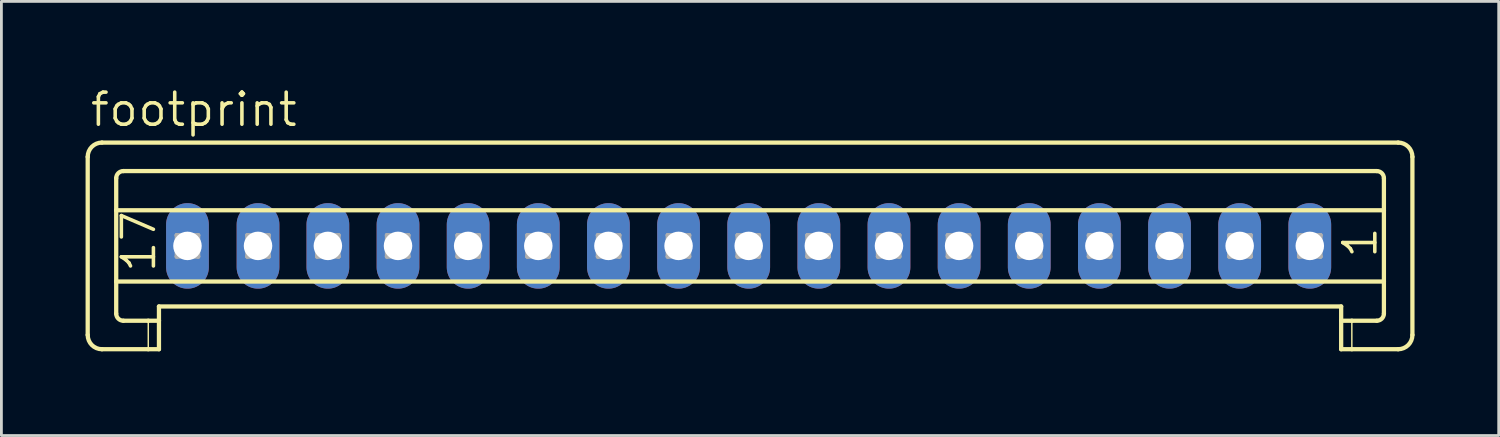
<source format=kicad_pcb>
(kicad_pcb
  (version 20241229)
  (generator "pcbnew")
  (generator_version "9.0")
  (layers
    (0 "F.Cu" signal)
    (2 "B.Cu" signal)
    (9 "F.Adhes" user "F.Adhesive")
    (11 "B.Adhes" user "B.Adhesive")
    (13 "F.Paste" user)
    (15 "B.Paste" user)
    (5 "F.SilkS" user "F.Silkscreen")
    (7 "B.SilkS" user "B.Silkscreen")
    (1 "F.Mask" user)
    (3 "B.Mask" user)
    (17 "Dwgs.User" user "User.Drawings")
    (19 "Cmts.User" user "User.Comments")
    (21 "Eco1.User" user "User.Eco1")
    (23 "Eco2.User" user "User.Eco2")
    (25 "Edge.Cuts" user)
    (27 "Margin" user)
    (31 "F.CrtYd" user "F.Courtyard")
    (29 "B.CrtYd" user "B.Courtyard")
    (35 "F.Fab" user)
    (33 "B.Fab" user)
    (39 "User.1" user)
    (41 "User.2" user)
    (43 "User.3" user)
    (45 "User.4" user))
  (footprint "footprint"
    (layer "F.Cu")
    (at 23.637 5.715)
    (property "Reference" "footprint" (at -23.536 -4.191 0) (layer "F.SilkS") (effects (font (size 1.143 1.143) (thickness 0.127)) (justify left bottom)))
    (fp_line (start -23.561 -3.175) (end -23.561 3.175) (stroke (width 0.152) (type solid)) (layer "F.SilkS"))
    (fp_line (start -23.053 -3.683) (end 23.15 -3.683) (stroke (width 0.152) (type solid)) (layer "F.SilkS"))
    (fp_line (start -22.545 -1.27) (end -22.545 -2.413) (stroke (width 0.152) (type solid)) (layer "F.SilkS"))
    (fp_line (start -22.545 -1.27) (end 22.642 -1.27) (stroke (width 0.152) (type solid)) (layer "F.SilkS"))
    (fp_line (start -22.545 1.27) (end -22.545 -1.27) (stroke (width 0.152) (type solid)) (layer "F.SilkS"))
    (fp_line (start -22.545 1.27) (end 22.642 1.27) (stroke (width 0.152) (type solid)) (layer "F.SilkS"))
    (fp_line (start -22.545 2.413) (end -22.545 1.27) (stroke (width 0.152) (type solid)) (layer "F.SilkS"))
    (fp_line (start -22.291 -2.667) (end 22.388 -2.667) (stroke (width 0.152) (type solid)) (layer "F.SilkS"))
    (fp_line (start -22.291 2.667) (end -21.402 2.667) (stroke (width 0.152) (type solid)) (layer "F.SilkS"))
    (fp_line (start -21.402 2.667) (end -21.402 3.683) (stroke (width 0.051) (type solid)) (layer "F.SilkS"))
    (fp_line (start -21.402 2.667) (end -21.021 2.667) (stroke (width 0.152) (type solid)) (layer "F.SilkS"))
    (fp_line (start -21.402 3.683) (end -23.053 3.683) (stroke (width 0.152) (type solid)) (layer "F.SilkS"))
    (fp_line (start -21.021 2.159) (end 21.118 2.159) (stroke (width 0.152) (type solid)) (layer "F.SilkS"))
    (fp_line (start -21.021 2.667) (end -21.021 2.159) (stroke (width 0.152) (type solid)) (layer "F.SilkS"))
    (fp_line (start -21.021 2.667) (end -21.021 3.683) (stroke (width 0.152) (type solid)) (layer "F.SilkS"))
    (fp_line (start -21.021 3.683) (end -21.402 3.683) (stroke (width 0.152) (type solid)) (layer "F.SilkS"))
    (fp_line (start 21.118 2.667) (end 21.118 2.159) (stroke (width 0.152) (type solid)) (layer "F.SilkS"))
    (fp_line (start 21.118 2.667) (end 21.499 2.667) (stroke (width 0.152) (type solid)) (layer "F.SilkS"))
    (fp_line (start 21.118 3.683) (end 21.118 2.667) (stroke (width 0.152) (type solid)) (layer "F.SilkS"))
    (fp_line (start 21.499 2.667) (end 21.499 3.683) (stroke (width 0.051) (type solid)) (layer "F.SilkS"))
    (fp_line (start 21.499 2.667) (end 22.388 2.667) (stroke (width 0.152) (type solid)) (layer "F.SilkS"))
    (fp_line (start 21.499 3.683) (end 21.118 3.683) (stroke (width 0.152) (type solid)) (layer "F.SilkS"))
    (fp_line (start 22.642 -1.27) (end 22.642 -2.413) (stroke (width 0.152) (type solid)) (layer "F.SilkS"))
    (fp_line (start 22.642 1.27) (end 22.642 -1.27) (stroke (width 0.152) (type solid)) (layer "F.SilkS"))
    (fp_line (start 22.642 2.413) (end 22.642 1.27) (stroke (width 0.152) (type solid)) (layer "F.SilkS"))
    (fp_line (start 23.15 3.683) (end 21.499 3.683) (stroke (width 0.152) (type solid)) (layer "F.SilkS"))
    (fp_line (start 23.658 -3.175) (end 23.658 3.175) (stroke (width 0.152) (type solid)) (layer "F.SilkS"))
    (fp_arc (start -23.561 -3.175) (mid -23.41221 -3.53421) (end -23.053 -3.683) (stroke (width 0.1524) (type solid)) (layer "F.SilkS"))
    (fp_arc (start -23.053 3.683) (mid -23.41221 3.53421) (end -23.561 3.175) (stroke (width 0.1524) (type solid)) (layer "F.SilkS"))
    (fp_arc (start -22.545 -2.413) (mid -22.470605 -2.592605) (end -22.291 -2.667) (stroke (width 0.1524) (type solid)) (layer "F.SilkS"))
    (fp_arc (start -22.291 2.667) (mid -22.470605 2.592605) (end -22.545 2.413) (stroke (width 0.1524) (type solid)) (layer "F.SilkS"))
    (fp_arc (start 22.388 -2.667) (mid 22.567605 -2.592605) (end 22.642 -2.413) (stroke (width 0.1524) (type solid)) (layer "F.SilkS"))
    (fp_arc (start 22.642 2.413) (mid 22.567605 2.592605) (end 22.388 2.667) (stroke (width 0.1524) (type solid)) (layer "F.SilkS"))
    (fp_arc (start 23.15 -3.683) (mid 23.50921 -3.53421) (end 23.658 -3.175) (stroke (width 0.1524) (type solid)) (layer "F.SilkS"))
    (fp_arc (start 23.658 3.175) (mid 23.50921 3.53421) (end 23.15 3.683) (stroke (width 0.1524) (type solid)) (layer "F.SilkS"))
    (fp_line (start -20.386 -0.381) (end -20.386 0.381) (stroke (width 0.152) (type solid)) (layer "F.Fab"))
    (fp_line (start -20.386 -0.381) (end -19.624 0.381) (stroke (width 0.152) (type solid)) (layer "F.Fab"))
    (fp_line (start -20.386 0.381) (end -19.624 0.381) (stroke (width 0.152) (type solid)) (layer "F.Fab"))
    (fp_line (start -19.624 -0.381) (end -20.386 -0.381) (stroke (width 0.152) (type solid)) (layer "F.Fab"))
    (fp_line (start -19.624 -0.381) (end -20.386 0.381) (stroke (width 0.152) (type solid)) (layer "F.Fab"))
    (fp_line (start -19.624 0.381) (end -19.624 -0.381) (stroke (width 0.152) (type solid)) (layer "F.Fab"))
    (fp_line (start -17.871 -0.381) (end -17.871 0.381) (stroke (width 0.152) (type solid)) (layer "F.Fab"))
    (fp_line (start -17.871 -0.381) (end -17.109 0.381) (stroke (width 0.152) (type solid)) (layer "F.Fab"))
    (fp_line (start -17.871 0.381) (end -17.109 0.381) (stroke (width 0.152) (type solid)) (layer "F.Fab"))
    (fp_line (start -17.109 -0.381) (end -17.871 -0.381) (stroke (width 0.152) (type solid)) (layer "F.Fab"))
    (fp_line (start -17.109 -0.381) (end -17.871 0.381) (stroke (width 0.152) (type solid)) (layer "F.Fab"))
    (fp_line (start -17.109 0.381) (end -17.109 -0.381) (stroke (width 0.152) (type solid)) (layer "F.Fab"))
    (fp_line (start -15.382 -0.381) (end -15.382 0.381) (stroke (width 0.152) (type solid)) (layer "F.Fab"))
    (fp_line (start -15.382 -0.381) (end -14.62 0.381) (stroke (width 0.152) (type solid)) (layer "F.Fab"))
    (fp_line (start -15.382 0.381) (end -14.62 0.381) (stroke (width 0.152) (type solid)) (layer "F.Fab"))
    (fp_line (start -14.62 -0.381) (end -15.382 -0.381) (stroke (width 0.152) (type solid)) (layer "F.Fab"))
    (fp_line (start -14.62 -0.381) (end -15.382 0.381) (stroke (width 0.152) (type solid)) (layer "F.Fab"))
    (fp_line (start -14.62 0.381) (end -14.62 -0.381) (stroke (width 0.152) (type solid)) (layer "F.Fab"))
    (fp_line (start -12.893 -0.381) (end -12.893 0.381) (stroke (width 0.152) (type solid)) (layer "F.Fab"))
    (fp_line (start -12.893 -0.381) (end -12.131 0.381) (stroke (width 0.152) (type solid)) (layer "F.Fab"))
    (fp_line (start -12.893 0.381) (end -12.131 0.381) (stroke (width 0.152) (type solid)) (layer "F.Fab"))
    (fp_line (start -12.131 -0.381) (end -12.893 -0.381) (stroke (width 0.152) (type solid)) (layer "F.Fab"))
    (fp_line (start -12.131 -0.381) (end -12.893 0.381) (stroke (width 0.152) (type solid)) (layer "F.Fab"))
    (fp_line (start -12.131 0.381) (end -12.131 -0.381) (stroke (width 0.152) (type solid)) (layer "F.Fab"))
    (fp_line (start -10.378 -0.381) (end -10.378 0.381) (stroke (width 0.152) (type solid)) (layer "F.Fab"))
    (fp_line (start -10.378 -0.381) (end -9.616 0.381) (stroke (width 0.152) (type solid)) (layer "F.Fab"))
    (fp_line (start -10.378 0.381) (end -9.616 0.381) (stroke (width 0.152) (type solid)) (layer "F.Fab"))
    (fp_line (start -9.616 -0.381) (end -10.378 -0.381) (stroke (width 0.152) (type solid)) (layer "F.Fab"))
    (fp_line (start -9.616 -0.381) (end -10.378 0.381) (stroke (width 0.152) (type solid)) (layer "F.Fab"))
    (fp_line (start -9.616 0.381) (end -9.616 -0.381) (stroke (width 0.152) (type solid)) (layer "F.Fab"))
    (fp_line (start -7.889 -0.381) (end -7.889 0.381) (stroke (width 0.152) (type solid)) (layer "F.Fab"))
    (fp_line (start -7.889 -0.381) (end -7.127 0.381) (stroke (width 0.152) (type solid)) (layer "F.Fab"))
    (fp_line (start -7.889 0.381) (end -7.127 0.381) (stroke (width 0.152) (type solid)) (layer "F.Fab"))
    (fp_line (start -7.127 -0.381) (end -7.889 -0.381) (stroke (width 0.152) (type solid)) (layer "F.Fab"))
    (fp_line (start -7.127 -0.381) (end -7.889 0.381) (stroke (width 0.152) (type solid)) (layer "F.Fab"))
    (fp_line (start -7.127 0.381) (end -7.127 -0.381) (stroke (width 0.152) (type solid)) (layer "F.Fab"))
    (fp_line (start -5.375 -0.381) (end -5.375 0.381) (stroke (width 0.152) (type solid)) (layer "F.Fab"))
    (fp_line (start -5.375 -0.381) (end -4.613 0.381) (stroke (width 0.152) (type solid)) (layer "F.Fab"))
    (fp_line (start -5.375 0.381) (end -4.613 0.381) (stroke (width 0.152) (type solid)) (layer "F.Fab"))
    (fp_line (start -4.613 -0.381) (end -5.375 -0.381) (stroke (width 0.152) (type solid)) (layer "F.Fab"))
    (fp_line (start -4.613 -0.381) (end -5.375 0.381) (stroke (width 0.152) (type solid)) (layer "F.Fab"))
    (fp_line (start -4.613 0.381) (end -4.613 -0.381) (stroke (width 0.152) (type solid)) (layer "F.Fab"))
    (fp_line (start -2.885 -0.381) (end -2.885 0.381) (stroke (width 0.152) (type solid)) (layer "F.Fab"))
    (fp_line (start -2.885 -0.381) (end -2.123 0.381) (stroke (width 0.152) (type solid)) (layer "F.Fab"))
    (fp_line (start -2.885 0.381) (end -2.123 0.381) (stroke (width 0.152) (type solid)) (layer "F.Fab"))
    (fp_line (start -2.123 -0.381) (end -2.885 -0.381) (stroke (width 0.152) (type solid)) (layer "F.Fab"))
    (fp_line (start -2.123 -0.381) (end -2.885 0.381) (stroke (width 0.152) (type solid)) (layer "F.Fab"))
    (fp_line (start -2.123 0.381) (end -2.123 -0.381) (stroke (width 0.152) (type solid)) (layer "F.Fab"))
    (fp_line (start -0.396 -0.381) (end -0.396 0.381) (stroke (width 0.152) (type solid)) (layer "F.Fab"))
    (fp_line (start -0.396 -0.381) (end 0.366 0.381) (stroke (width 0.152) (type solid)) (layer "F.Fab"))
    (fp_line (start -0.396 0.381) (end 0.366 0.381) (stroke (width 0.152) (type solid)) (layer "F.Fab"))
    (fp_line (start 0.366 -0.381) (end -0.396 -0.381) (stroke (width 0.152) (type solid)) (layer "F.Fab"))
    (fp_line (start 0.366 -0.381) (end -0.396 0.381) (stroke (width 0.152) (type solid)) (layer "F.Fab"))
    (fp_line (start 0.366 0.381) (end 0.366 -0.381) (stroke (width 0.152) (type solid)) (layer "F.Fab"))
    (fp_line (start 2.093 -0.381) (end 2.093 0.381) (stroke (width 0.152) (type solid)) (layer "F.Fab"))
    (fp_line (start 2.093 -0.381) (end 2.855 0.381) (stroke (width 0.152) (type solid)) (layer "F.Fab"))
    (fp_line (start 2.093 0.381) (end 2.855 0.381) (stroke (width 0.152) (type solid)) (layer "F.Fab"))
    (fp_line (start 2.855 -0.381) (end 2.093 -0.381) (stroke (width 0.152) (type solid)) (layer "F.Fab"))
    (fp_line (start 2.855 -0.381) (end 2.093 0.381) (stroke (width 0.152) (type solid)) (layer "F.Fab"))
    (fp_line (start 2.855 0.381) (end 2.855 -0.381) (stroke (width 0.152) (type solid)) (layer "F.Fab"))
    (fp_line (start 4.608 -0.381) (end 4.608 0.381) (stroke (width 0.152) (type solid)) (layer "F.Fab"))
    (fp_line (start 4.608 -0.381) (end 5.37 0.381) (stroke (width 0.152) (type solid)) (layer "F.Fab"))
    (fp_line (start 4.608 0.381) (end 5.37 0.381) (stroke (width 0.152) (type solid)) (layer "F.Fab"))
    (fp_line (start 5.37 -0.381) (end 4.608 -0.381) (stroke (width 0.152) (type solid)) (layer "F.Fab"))
    (fp_line (start 5.37 -0.381) (end 4.608 0.381) (stroke (width 0.152) (type solid)) (layer "F.Fab"))
    (fp_line (start 5.37 0.381) (end 5.37 -0.381) (stroke (width 0.152) (type solid)) (layer "F.Fab"))
    (fp_line (start 7.097 -0.381) (end 7.097 0.381) (stroke (width 0.152) (type solid)) (layer "F.Fab"))
    (fp_line (start 7.097 -0.381) (end 7.859 0.381) (stroke (width 0.152) (type solid)) (layer "F.Fab"))
    (fp_line (start 7.097 0.381) (end 7.859 0.381) (stroke (width 0.152) (type solid)) (layer "F.Fab"))
    (fp_line (start 7.859 -0.381) (end 7.097 -0.381) (stroke (width 0.152) (type solid)) (layer "F.Fab"))
    (fp_line (start 7.859 -0.381) (end 7.097 0.381) (stroke (width 0.152) (type solid)) (layer "F.Fab"))
    (fp_line (start 7.859 0.381) (end 7.859 -0.381) (stroke (width 0.152) (type solid)) (layer "F.Fab"))
    (fp_line (start 9.637 -0.381) (end 9.637 0.381) (stroke (width 0.152) (type solid)) (layer "F.Fab"))
    (fp_line (start 9.637 -0.381) (end 10.399 0.381) (stroke (width 0.152) (type solid)) (layer "F.Fab"))
    (fp_line (start 9.637 0.381) (end 10.399 0.381) (stroke (width 0.152) (type solid)) (layer "F.Fab"))
    (fp_line (start 10.399 -0.381) (end 9.637 -0.381) (stroke (width 0.152) (type solid)) (layer "F.Fab"))
    (fp_line (start 10.399 -0.381) (end 9.637 0.381) (stroke (width 0.152) (type solid)) (layer "F.Fab"))
    (fp_line (start 10.399 0.381) (end 10.399 -0.381) (stroke (width 0.152) (type solid)) (layer "F.Fab"))
    (fp_line (start 12.126 -0.381) (end 12.126 0.381) (stroke (width 0.152) (type solid)) (layer "F.Fab"))
    (fp_line (start 12.126 -0.381) (end 12.888 0.381) (stroke (width 0.152) (type solid)) (layer "F.Fab"))
    (fp_line (start 12.126 0.381) (end 12.888 0.381) (stroke (width 0.152) (type solid)) (layer "F.Fab"))
    (fp_line (start 12.888 -0.381) (end 12.126 -0.381) (stroke (width 0.152) (type solid)) (layer "F.Fab"))
    (fp_line (start 12.888 -0.381) (end 12.126 0.381) (stroke (width 0.152) (type solid)) (layer "F.Fab"))
    (fp_line (start 12.888 0.381) (end 12.888 -0.381) (stroke (width 0.152) (type solid)) (layer "F.Fab"))
    (fp_line (start 14.641 -0.381) (end 14.641 0.381) (stroke (width 0.152) (type solid)) (layer "F.Fab"))
    (fp_line (start 14.641 -0.381) (end 15.403 0.381) (stroke (width 0.152) (type solid)) (layer "F.Fab"))
    (fp_line (start 14.641 0.381) (end 15.403 0.381) (stroke (width 0.152) (type solid)) (layer "F.Fab"))
    (fp_line (start 15.403 -0.381) (end 14.641 -0.381) (stroke (width 0.152) (type solid)) (layer "F.Fab"))
    (fp_line (start 15.403 -0.381) (end 14.641 0.381) (stroke (width 0.152) (type solid)) (layer "F.Fab"))
    (fp_line (start 15.403 0.381) (end 15.403 -0.381) (stroke (width 0.152) (type solid)) (layer "F.Fab"))
    (fp_line (start 17.13 -0.381) (end 17.13 0.381) (stroke (width 0.152) (type solid)) (layer "F.Fab"))
    (fp_line (start 17.13 -0.381) (end 17.892 0.381) (stroke (width 0.152) (type solid)) (layer "F.Fab"))
    (fp_line (start 17.13 0.381) (end 17.892 0.381) (stroke (width 0.152) (type solid)) (layer "F.Fab"))
    (fp_line (start 17.892 -0.381) (end 17.13 -0.381) (stroke (width 0.152) (type solid)) (layer "F.Fab"))
    (fp_line (start 17.892 -0.381) (end 17.13 0.381) (stroke (width 0.152) (type solid)) (layer "F.Fab"))
    (fp_line (start 17.892 0.381) (end 17.892 -0.381) (stroke (width 0.152) (type solid)) (layer "F.Fab"))
    (fp_line (start 19.619 -0.381) (end 19.619 0.381) (stroke (width 0.152) (type solid)) (layer "F.Fab"))
    (fp_line (start 19.619 -0.381) (end 20.381 0.381) (stroke (width 0.152) (type solid)) (layer "F.Fab"))
    (fp_line (start 19.619 0.381) (end 20.381 0.381) (stroke (width 0.152) (type solid)) (layer "F.Fab"))
    (fp_line (start 20.381 -0.381) (end 19.619 -0.381) (stroke (width 0.152) (type solid)) (layer "F.Fab"))
    (fp_line (start 20.381 -0.381) (end 19.619 0.381) (stroke (width 0.152) (type solid)) (layer "F.Fab"))
    (fp_line (start 20.381 0.381) (end 20.381 -0.381) (stroke (width 0.152) (type solid)) (layer "F.Fab"))
    (fp_text user "17" (at -21.072 1.016 90) (layer "F.SilkS") (effects (font (size 1.143 1.143) (thickness 0.127)) (justify left bottom)))
    (fp_text user "1" (at 22.464 0.508 90) (layer "F.SilkS") (effects (font (size 1.143 1.143) (thickness 0.127)) (justify left bottom)))
    (pad "1" thru_hole oval (at 20 0 90) (size 3.048 1.524) (drill 1.016) (layers "*.Cu" "*.Mask"))
    (pad "2" thru_hole oval (at 17.5 0 90) (size 3.048 1.524) (drill 1.016) (layers "*.Cu" "*.Mask"))
    (pad "3" thru_hole oval (at 15 0 90) (size 3.048 1.524) (drill 1.016) (layers "*.Cu" "*.Mask"))
    (pad "4" thru_hole oval (at 12.5 0 90) (size 3.048 1.524) (drill 1.016) (layers "*.Cu" "*.Mask"))
    (pad "5" thru_hole oval (at 10 0 90) (size 3.048 1.524) (drill 1.016) (layers "*.Cu" "*.Mask"))
    (pad "6" thru_hole oval (at 7.5 0 90) (size 3.048 1.524) (drill 1.016) (layers "*.Cu" "*.Mask"))
    (pad "7" thru_hole oval (at 5 0 90) (size 3.048 1.524) (drill 1.016) (layers "*.Cu" "*.Mask"))
    (pad "8" thru_hole oval (at 2.5 0 90) (size 3.048 1.524) (drill 1.016) (layers "*.Cu" "*.Mask"))
    (pad "9" thru_hole oval (at 0 0 90) (size 3.048 1.524) (drill 1.016) (layers "*.Cu" "*.Mask"))
    (pad "10" thru_hole oval (at -2.5 0 90) (size 3.048 1.524) (drill 1.016) (layers "*.Cu" "*.Mask"))
    (pad "11" thru_hole oval (at -5 0 90) (size 3.048 1.524) (drill 1.016) (layers "*.Cu" "*.Mask"))
    (pad "12" thru_hole oval (at -7.5 0 90) (size 3.048 1.524) (drill 1.016) (layers "*.Cu" "*.Mask"))
    (pad "13" thru_hole oval (at -10 0 90) (size 3.048 1.524) (drill 1.016) (layers "*.Cu" "*.Mask"))
    (pad "14" thru_hole oval (at -12.5 0 90) (size 3.048 1.524) (drill 1.016) (layers "*.Cu" "*.Mask"))
    (pad "15" thru_hole oval (at -15 0 90) (size 3.048 1.524) (drill 1.016) (layers "*.Cu" "*.Mask"))
    (pad "16" thru_hole oval (at -17.49 0 90) (size 3.048 1.524) (drill 1.016) (layers "*.Cu" "*.Mask"))
    (pad "17" thru_hole oval (at -20.005 0 90) (size 3.048 1.524) (drill 1.016) (layers "*.Cu" "*.Mask")))
  (gr_rect
    (start -3 -3)
    (end 50.371 12.474)
    (stroke (width 0.1) (type default))
    (fill no)
    (layer "Edge.Cuts")))
</source>
